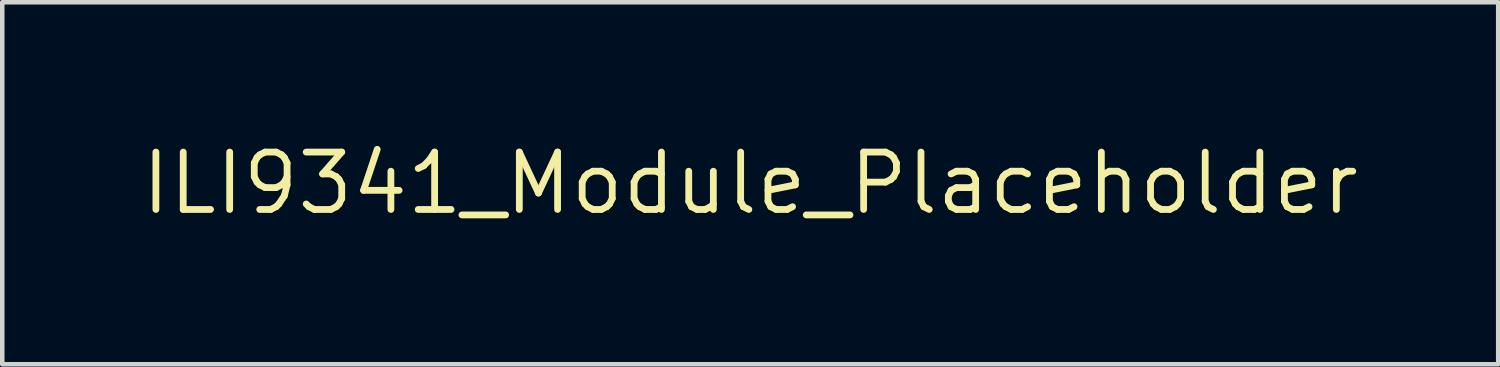
<source format=kicad_pcb>
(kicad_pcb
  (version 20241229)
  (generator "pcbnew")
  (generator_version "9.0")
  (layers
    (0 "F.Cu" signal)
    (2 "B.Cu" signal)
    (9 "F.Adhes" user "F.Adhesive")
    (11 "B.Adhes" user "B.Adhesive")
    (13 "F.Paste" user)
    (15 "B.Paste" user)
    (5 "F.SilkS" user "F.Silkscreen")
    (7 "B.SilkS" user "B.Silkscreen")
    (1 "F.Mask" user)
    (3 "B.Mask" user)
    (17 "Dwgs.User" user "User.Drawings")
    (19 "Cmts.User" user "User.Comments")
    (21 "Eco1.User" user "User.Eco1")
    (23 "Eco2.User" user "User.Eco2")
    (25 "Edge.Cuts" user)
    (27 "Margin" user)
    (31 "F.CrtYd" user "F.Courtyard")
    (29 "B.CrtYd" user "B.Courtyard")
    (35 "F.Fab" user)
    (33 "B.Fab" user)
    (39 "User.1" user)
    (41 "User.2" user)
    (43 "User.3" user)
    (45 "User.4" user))
  (footprint "ILI9341_Module_Placeholder"
    (layer "F.Cu")
    (at 13.554 1.006)
    (property "Reference" "ILI9341_Module_Placeholder" (at 0 0 0) (layer "F.SilkS") (effects (font (size 1.27 1.27) (thickness 0.15))))
    (attr through_hole))
  (gr_rect
    (start -3 -3)
    (end 30.108 5.012)
    (stroke (width 0.1) (type default))
    (fill no)
    (layer "Edge.Cuts")))
</source>
